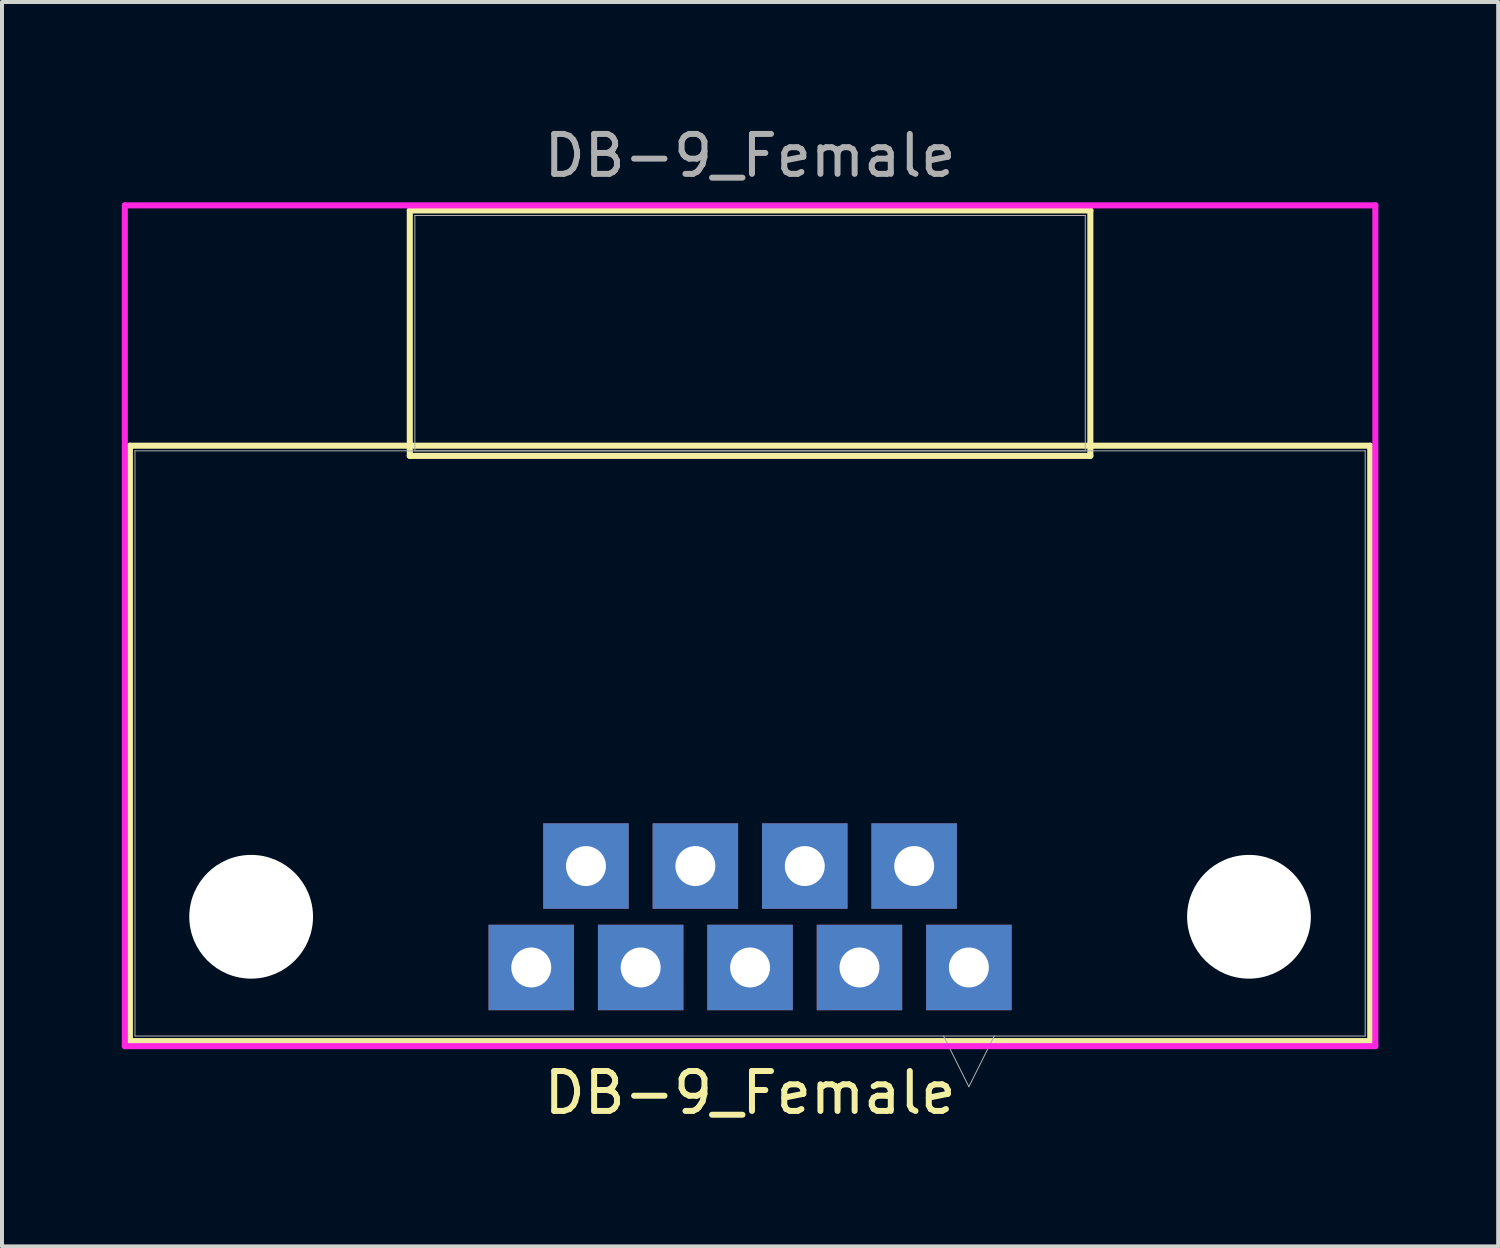
<source format=kicad_pcb>
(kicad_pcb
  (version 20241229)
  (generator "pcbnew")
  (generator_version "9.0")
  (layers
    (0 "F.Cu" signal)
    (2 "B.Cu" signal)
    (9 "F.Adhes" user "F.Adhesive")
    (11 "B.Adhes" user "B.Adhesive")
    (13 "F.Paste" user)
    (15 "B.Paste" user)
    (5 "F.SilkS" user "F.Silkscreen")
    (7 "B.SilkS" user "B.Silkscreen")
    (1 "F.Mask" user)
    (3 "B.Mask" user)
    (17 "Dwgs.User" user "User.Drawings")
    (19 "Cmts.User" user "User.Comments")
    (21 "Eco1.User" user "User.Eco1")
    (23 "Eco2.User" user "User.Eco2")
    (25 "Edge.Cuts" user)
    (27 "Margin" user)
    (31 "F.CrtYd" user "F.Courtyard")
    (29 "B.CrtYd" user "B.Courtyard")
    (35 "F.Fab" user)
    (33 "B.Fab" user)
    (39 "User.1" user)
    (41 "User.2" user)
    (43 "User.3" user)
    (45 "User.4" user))
  (footprint "DB-9_Female"
    (layer "F.Cu")
    (at 15.735 8.24)
    (property "Reference" "DB-9_Female" (at 0 16.078 0) (unlocked yes) (layer "F.SilkS") (effects (font (size 1 1) (thickness 0.15))))
    (attr through_hole)
    (fp_line (start -15.532 -0.127) (end -15.532 14.783) (stroke (width 0.152) (type solid)) (layer "F.SilkS"))
    (fp_line (start -15.532 14.783) (end 15.532 14.783) (stroke (width 0.152) (type solid)) (layer "F.SilkS"))
    (fp_line (start -8.522 -6.02) (end -8.522 0.127) (stroke (width 0.152) (type solid)) (layer "F.SilkS"))
    (fp_line (start -8.522 0.127) (end 8.522 0.127) (stroke (width 0.152) (type solid)) (layer "F.SilkS"))
    (fp_line (start 8.522 -6.02) (end -8.522 -6.02) (stroke (width 0.152) (type solid)) (layer "F.SilkS"))
    (fp_line (start 8.522 0.127) (end 8.522 -6.02) (stroke (width 0.152) (type solid)) (layer "F.SilkS"))
    (fp_line (start 15.532 -0.127) (end -15.532 -0.127) (stroke (width 0.152) (type solid)) (layer "F.SilkS"))
    (fp_line (start 15.532 14.783) (end 15.532 -0.127) (stroke (width 0.152) (type solid)) (layer "F.SilkS"))
    (fp_line (start -15.659 -6.147) (end -15.659 14.91) (stroke (width 0.152) (type solid)) (layer "F.CrtYd"))
    (fp_line (start -15.659 14.91) (end 15.659 14.91) (stroke (width 0.152) (type solid)) (layer "F.CrtYd"))
    (fp_line (start 15.659 -6.147) (end -15.659 -6.147) (stroke (width 0.152) (type solid)) (layer "F.CrtYd"))
    (fp_line (start 15.659 14.91) (end 15.659 -6.147) (stroke (width 0.152) (type solid)) (layer "F.CrtYd"))
    (fp_line (start -15.405 0) (end -15.405 14.656) (stroke (width 0.025) (type solid)) (layer "F.Fab"))
    (fp_line (start -15.405 14.656) (end 15.405 14.656) (stroke (width 0.025) (type solid)) (layer "F.Fab"))
    (fp_line (start -8.395 -5.893) (end -8.395 0) (stroke (width 0.025) (type solid)) (layer "F.Fab"))
    (fp_line (start -8.395 0) (end 8.395 0) (stroke (width 0.025) (type solid)) (layer "F.Fab"))
    (fp_line (start 4.845 14.656) (end 5.48 15.926) (stroke (width 0.025) (type solid)) (layer "F.Fab"))
    (fp_line (start 6.115 14.656) (end 5.48 15.926) (stroke (width 0.025) (type solid)) (layer "F.Fab"))
    (fp_line (start 8.395 -5.893) (end -8.395 -5.893) (stroke (width 0.025) (type solid)) (layer "F.Fab"))
    (fp_line (start 8.395 0) (end 8.395 -5.893) (stroke (width 0.025) (type solid)) (layer "F.Fab"))
    (fp_line (start 15.405 0) (end -15.405 0) (stroke (width 0.025) (type solid)) (layer "F.Fab"))
    (fp_line (start 15.405 14.656) (end 15.405 0) (stroke (width 0.025) (type solid)) (layer "F.Fab"))
    (fp_text user "${REFERENCE}" (at 0 -7.391 0) (unlocked yes) (layer "F.Fab") (effects (font (size 1 1) (thickness 0.15))))
    (pad "" np_thru_hole circle (at -12.495 11.67) (size 3.099 3.099) (drill 3.099) (layers "*.Cu" "*.Mask"))
    (pad "" np_thru_hole circle (at 12.495 11.67) (size 3.099 3.099) (drill 3.099) (layers "*.Cu" "*.Mask"))
    (pad "1" thru_hole rect (at 5.48 12.94) (size 2.14 2.14) (drill 1) (layers "*.Cu" "*.Mask"))
    (pad "2" thru_hole rect (at 2.74 12.94) (size 2.14 2.14) (drill 1) (layers "*.Cu" "*.Mask"))
    (pad "3" thru_hole rect (at 0 12.94) (size 2.14 2.14) (drill 1) (layers "*.Cu" "*.Mask"))
    (pad "4" thru_hole rect (at -2.74 12.94) (size 2.14 2.14) (drill 1) (layers "*.Cu" "*.Mask"))
    (pad "5" thru_hole rect (at -5.48 12.94) (size 2.14 2.14) (drill 1) (layers "*.Cu" "*.Mask"))
    (pad "6" thru_hole rect (at 4.11 10.4) (size 2.14 2.14) (drill 1) (layers "*.Cu" "*.Mask"))
    (pad "7" thru_hole rect (at 1.37 10.4) (size 2.14 2.14) (drill 1) (layers "*.Cu" "*.Mask"))
    (pad "8" thru_hole rect (at -1.37 10.4) (size 2.14 2.14) (drill 1) (layers "*.Cu" "*.Mask"))
    (pad "9" thru_hole rect (at -4.11 10.4) (size 2.14 2.14) (drill 1) (layers "*.Cu" "*.Mask")))
  (gr_rect
    (start -3 -3)
    (end 34.471 28.166)
    (stroke (width 0.1) (type default))
    (fill no)
    (layer "Edge.Cuts")))
</source>
